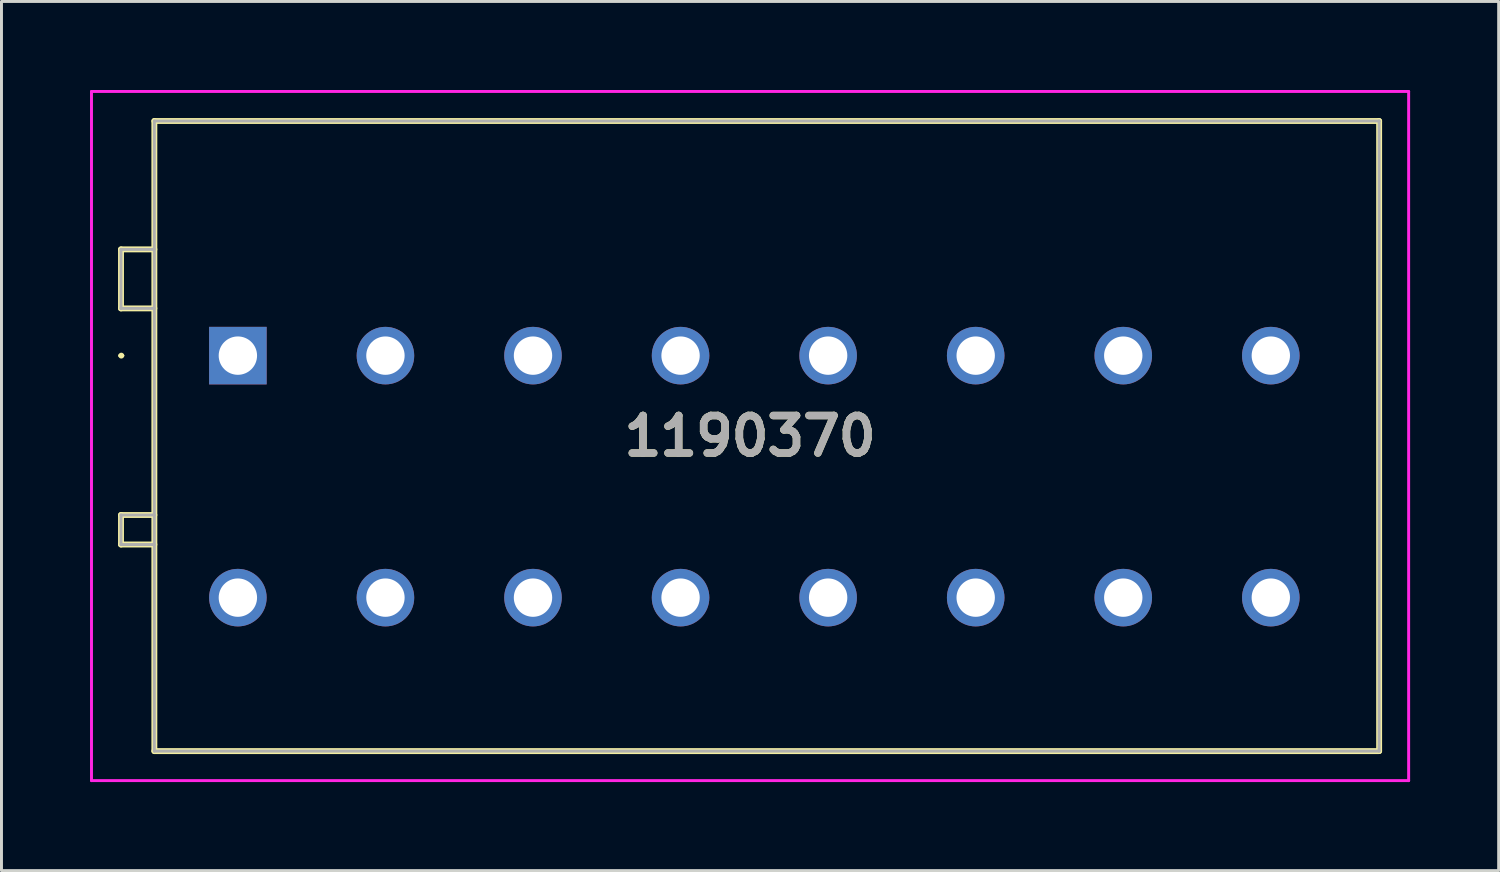
<source format=kicad_pcb>
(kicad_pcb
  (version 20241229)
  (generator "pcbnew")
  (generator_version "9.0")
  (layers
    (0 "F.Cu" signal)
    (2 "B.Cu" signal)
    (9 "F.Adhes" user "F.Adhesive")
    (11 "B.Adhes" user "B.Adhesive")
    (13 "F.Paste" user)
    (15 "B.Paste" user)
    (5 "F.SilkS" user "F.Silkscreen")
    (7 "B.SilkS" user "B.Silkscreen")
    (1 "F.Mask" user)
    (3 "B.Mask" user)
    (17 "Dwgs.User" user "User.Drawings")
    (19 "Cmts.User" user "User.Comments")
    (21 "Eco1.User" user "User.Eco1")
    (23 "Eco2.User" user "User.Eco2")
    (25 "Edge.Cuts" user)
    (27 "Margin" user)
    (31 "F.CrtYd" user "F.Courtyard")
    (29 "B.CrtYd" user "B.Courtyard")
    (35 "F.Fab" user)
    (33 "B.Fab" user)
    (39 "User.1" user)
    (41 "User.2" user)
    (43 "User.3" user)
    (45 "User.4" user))
  (footprint "1190370"
    (layer "F.Cu")
    (at 5.01 9)
    (property "Reference" "1190370" (at 17.355 2.725 0) (layer "F.SilkS") (effects (font (size 1.27 1.27) (thickness 0.254))))
    (attr through_hole)
    (fp_line (start -4 0) (end -4 0) (stroke (width 0.1) (type solid)) (layer "F.SilkS"))
    (fp_line (start -3.96 -3.6) (end -2.83 -3.6) (stroke (width 0.2) (type solid)) (layer "F.SilkS"))
    (fp_line (start -3.96 -1.6) (end -3.96 -3.6) (stroke (width 0.2) (type solid)) (layer "F.SilkS"))
    (fp_line (start -3.96 5.4) (end -2.83 5.4) (stroke (width 0.2) (type solid)) (layer "F.SilkS"))
    (fp_line (start -3.96 6.4) (end -3.96 5.4) (stroke (width 0.2) (type solid)) (layer "F.SilkS"))
    (fp_line (start -3.9 0) (end -3.9 0) (stroke (width 0.1) (type solid)) (layer "F.SilkS"))
    (fp_line (start -2.83 -7.95) (end 38.67 -7.95) (stroke (width 0.2) (type solid)) (layer "F.SilkS"))
    (fp_line (start -2.83 -1.6) (end -3.96 -1.6) (stroke (width 0.2) (type solid)) (layer "F.SilkS"))
    (fp_line (start -2.83 6.4) (end -3.96 6.4) (stroke (width 0.2) (type solid)) (layer "F.SilkS"))
    (fp_line (start -2.83 13.4) (end -2.83 -7.95) (stroke (width 0.2) (type solid)) (layer "F.SilkS"))
    (fp_line (start 38.67 -7.95) (end 38.67 13.4) (stroke (width 0.2) (type solid)) (layer "F.SilkS"))
    (fp_line (start 38.67 13.4) (end -2.83 13.4) (stroke (width 0.2) (type solid)) (layer "F.SilkS"))
    (fp_arc (start -4 0) (mid -3.95 -0.05) (end -3.9 0) (stroke (width 0.1) (type solid)) (layer "F.SilkS"))
    (fp_arc (start -3.9 0) (mid -3.95 0.05) (end -4 0) (stroke (width 0.1) (type solid)) (layer "F.SilkS"))
    (fp_line (start -4.96 -8.95) (end 39.67 -8.95) (stroke (width 0.1) (type solid)) (layer "F.CrtYd"))
    (fp_line (start -4.96 14.4) (end -4.96 -8.95) (stroke (width 0.1) (type solid)) (layer "F.CrtYd"))
    (fp_line (start 39.67 -8.95) (end 39.67 14.4) (stroke (width 0.1) (type solid)) (layer "F.CrtYd"))
    (fp_line (start 39.67 14.4) (end -4.96 14.4) (stroke (width 0.1) (type solid)) (layer "F.CrtYd"))
    (fp_line (start -3.96 -3.6) (end -2.83 -3.6) (stroke (width 0.1) (type solid)) (layer "F.Fab"))
    (fp_line (start -3.96 -1.6) (end -3.96 -3.6) (stroke (width 0.1) (type solid)) (layer "F.Fab"))
    (fp_line (start -3.96 5.4) (end -2.83 5.4) (stroke (width 0.1) (type solid)) (layer "F.Fab"))
    (fp_line (start -3.96 6.4) (end -3.96 5.4) (stroke (width 0.1) (type solid)) (layer "F.Fab"))
    (fp_line (start -2.83 -7.95) (end 38.67 -7.95) (stroke (width 0.1) (type solid)) (layer "F.Fab"))
    (fp_line (start -2.83 -1.6) (end -3.96 -1.6) (stroke (width 0.1) (type solid)) (layer "F.Fab"))
    (fp_line (start -2.83 6.4) (end -3.96 6.4) (stroke (width 0.1) (type solid)) (layer "F.Fab"))
    (fp_line (start -2.83 13.4) (end -2.83 -7.95) (stroke (width 0.1) (type solid)) (layer "F.Fab"))
    (fp_line (start 38.67 -7.95) (end 38.67 13.4) (stroke (width 0.1) (type solid)) (layer "F.Fab"))
    (fp_line (start 38.67 13.4) (end -2.83 13.4) (stroke (width 0.1) (type solid)) (layer "F.Fab"))
    (fp_text user "${REFERENCE}" (at 17.355 2.725 0) (layer "F.Fab") (effects (font (size 1.27 1.27) (thickness 0.254))))
    (pad "1" thru_hole rect (at 0 0) (size 1.95 1.95) (drill 1.3) (layers "*.Cu" "*.Mask"))
    (pad "1" thru_hole circle (at 0 8.2) (size 1.95 1.95) (drill 1.3) (layers "*.Cu" "*.Mask"))
    (pad "2" thru_hole circle (at 5 0) (size 1.95 1.95) (drill 1.3) (layers "*.Cu" "*.Mask"))
    (pad "2" thru_hole circle (at 5 8.2) (size 1.95 1.95) (drill 1.3) (layers "*.Cu" "*.Mask"))
    (pad "3" thru_hole circle (at 10 0) (size 1.95 1.95) (drill 1.3) (layers "*.Cu" "*.Mask"))
    (pad "3" thru_hole circle (at 10 8.2) (size 1.95 1.95) (drill 1.3) (layers "*.Cu" "*.Mask"))
    (pad "4" thru_hole circle (at 15 0) (size 1.95 1.95) (drill 1.3) (layers "*.Cu" "*.Mask"))
    (pad "4" thru_hole circle (at 15 8.2) (size 1.95 1.95) (drill 1.3) (layers "*.Cu" "*.Mask"))
    (pad "5" thru_hole circle (at 20 0) (size 1.95 1.95) (drill 1.3) (layers "*.Cu" "*.Mask"))
    (pad "5" thru_hole circle (at 20 8.2) (size 1.95 1.95) (drill 1.3) (layers "*.Cu" "*.Mask"))
    (pad "6" thru_hole circle (at 25 0) (size 1.95 1.95) (drill 1.3) (layers "*.Cu" "*.Mask"))
    (pad "6" thru_hole circle (at 25 8.2) (size 1.95 1.95) (drill 1.3) (layers "*.Cu" "*.Mask"))
    (pad "7" thru_hole circle (at 30 0) (size 1.95 1.95) (drill 1.3) (layers "*.Cu" "*.Mask"))
    (pad "7" thru_hole circle (at 30 8.2) (size 1.95 1.95) (drill 1.3) (layers "*.Cu" "*.Mask"))
    (pad "8" thru_hole circle (at 35 0) (size 1.95 1.95) (drill 1.3) (layers "*.Cu" "*.Mask"))
    (pad "8" thru_hole circle (at 35 8.2) (size 1.95 1.95) (drill 1.3) (layers "*.Cu" "*.Mask")))
  (gr_rect
    (start -3 -3)
    (end 47.73 26.45)
    (stroke (width 0.1) (type default))
    (fill no)
    (layer "Edge.Cuts")))
</source>
